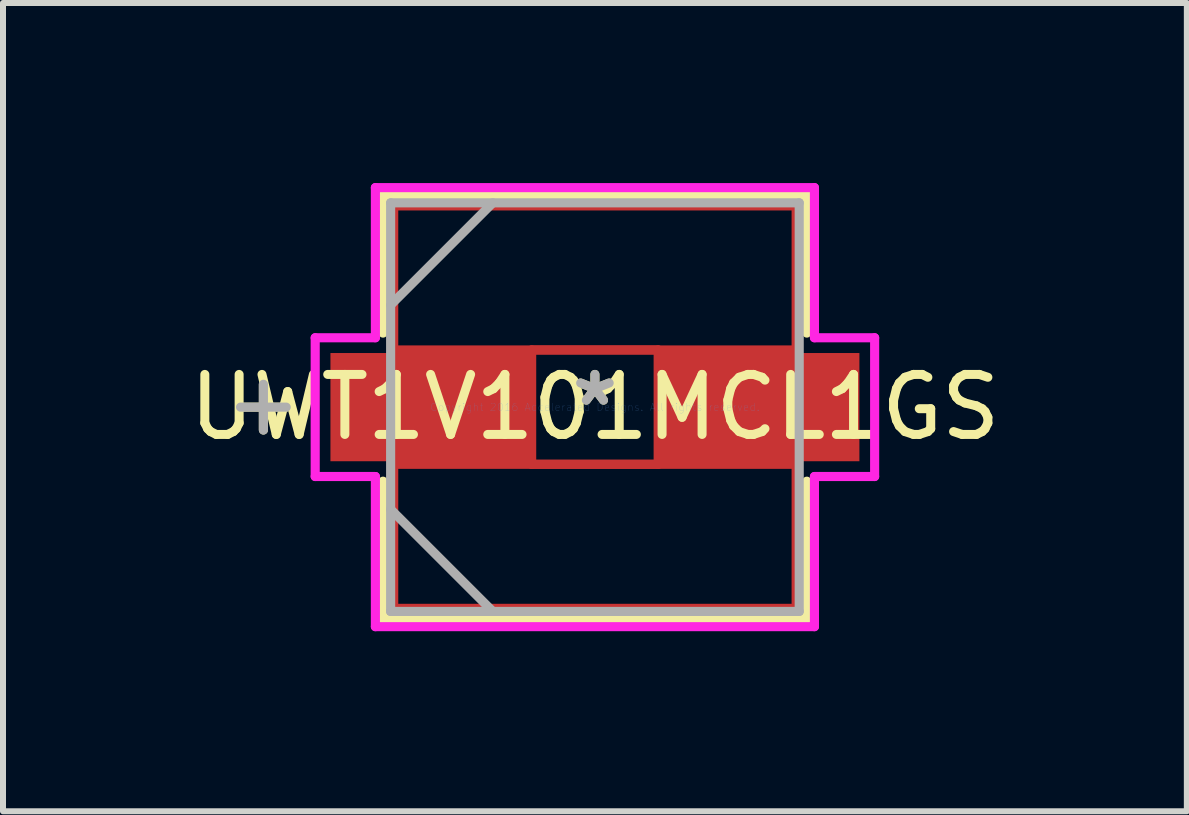
<source format=kicad_pcb>
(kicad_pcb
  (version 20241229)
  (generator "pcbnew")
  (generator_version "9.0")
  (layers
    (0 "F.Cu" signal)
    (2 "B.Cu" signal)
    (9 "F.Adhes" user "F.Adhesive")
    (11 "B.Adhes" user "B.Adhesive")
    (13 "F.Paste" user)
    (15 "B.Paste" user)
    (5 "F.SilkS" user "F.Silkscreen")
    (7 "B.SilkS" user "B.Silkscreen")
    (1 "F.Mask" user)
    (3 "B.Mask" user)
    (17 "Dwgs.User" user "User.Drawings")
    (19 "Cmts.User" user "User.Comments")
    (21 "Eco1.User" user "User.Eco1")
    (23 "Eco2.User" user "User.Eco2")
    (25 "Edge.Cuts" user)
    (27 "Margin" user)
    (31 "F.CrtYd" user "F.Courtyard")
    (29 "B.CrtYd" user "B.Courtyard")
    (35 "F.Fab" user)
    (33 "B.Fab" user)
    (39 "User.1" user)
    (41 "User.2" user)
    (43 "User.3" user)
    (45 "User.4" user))
  (footprint "UWT1V101MCL1GS"
    (layer "F.Cu")
    (at 6.863 3.734)
    (property "Reference" "UWT1V101MCL1GS" (at 0 0 0) (layer "F.SilkS") (effects (font (size 1 1) (thickness 0.15))))
    (attr through_hole)
    (fp_line (start -3.353 -3.353) (end 3.353 -3.353) (stroke (width 0.152) (type solid)) (layer "F.Cu"))
    (fp_line (start -3.353 -0.953) (end -3.353 -3.353) (stroke (width 0.152) (type solid)) (layer "F.Cu"))
    (fp_line (start -3.353 0.953) (end 3.353 0.953) (stroke (width 0.152) (type solid)) (layer "F.Cu"))
    (fp_line (start -3.353 3.353) (end -3.353 0.953) (stroke (width 0.152) (type solid)) (layer "F.Cu"))
    (fp_line (start -1.054 -0.953) (end 1.054 -0.953) (stroke (width 0.152) (type solid)) (layer "F.Cu"))
    (fp_line (start -1.054 0.953) (end -1.054 -0.953) (stroke (width 0.152) (type solid)) (layer "F.Cu"))
    (fp_line (start 1.054 -0.953) (end 1.054 0.953) (stroke (width 0.152) (type solid)) (layer "F.Cu"))
    (fp_line (start 1.054 0.953) (end -1.054 0.953) (stroke (width 0.152) (type solid)) (layer "F.Cu"))
    (fp_line (start 3.353 -3.353) (end 3.353 -0.953) (stroke (width 0.152) (type solid)) (layer "F.Cu"))
    (fp_line (start 3.353 -0.953) (end -3.353 -0.953) (stroke (width 0.152) (type solid)) (layer "F.Cu"))
    (fp_line (start 3.353 0.953) (end 3.353 3.353) (stroke (width 0.152) (type solid)) (layer "F.Cu"))
    (fp_line (start 3.353 3.353) (end -3.353 3.353) (stroke (width 0.152) (type solid)) (layer "F.Cu"))
    (fp_line (start -5.524 -0.381) (end -5.524 0.381) (stroke (width 0.152) (type solid)) (layer "F.SilkS"))
    (fp_line (start -5.144 0) (end -5.905 0) (stroke (width 0.152) (type solid)) (layer "F.SilkS"))
    (fp_line (start -3.531 -3.531) (end -3.531 -1.234) (stroke (width 0.152) (type solid)) (layer "F.SilkS"))
    (fp_line (start -3.531 1.234) (end -3.531 3.531) (stroke (width 0.152) (type solid)) (layer "F.SilkS"))
    (fp_line (start -3.531 3.531) (end 3.531 3.531) (stroke (width 0.152) (type solid)) (layer "F.SilkS"))
    (fp_line (start 3.531 -3.531) (end -3.531 -3.531) (stroke (width 0.152) (type solid)) (layer "F.SilkS"))
    (fp_line (start 3.531 -1.234) (end 3.531 -3.531) (stroke (width 0.152) (type solid)) (layer "F.SilkS"))
    (fp_line (start 3.531 3.531) (end 3.531 1.234) (stroke (width 0.152) (type solid)) (layer "F.SilkS"))
    (fp_line (start -4.661 -1.156) (end -3.658 -1.156) (stroke (width 0.152) (type solid)) (layer "F.CrtYd"))
    (fp_line (start -4.661 1.156) (end -4.661 -1.156) (stroke (width 0.152) (type solid)) (layer "F.CrtYd"))
    (fp_line (start -3.658 -3.658) (end 3.658 -3.658) (stroke (width 0.152) (type solid)) (layer "F.CrtYd"))
    (fp_line (start -3.658 -1.156) (end -3.658 -3.658) (stroke (width 0.152) (type solid)) (layer "F.CrtYd"))
    (fp_line (start -3.658 1.156) (end -4.661 1.156) (stroke (width 0.152) (type solid)) (layer "F.CrtYd"))
    (fp_line (start -3.658 3.658) (end -3.658 1.156) (stroke (width 0.152) (type solid)) (layer "F.CrtYd"))
    (fp_line (start 3.658 -3.658) (end 3.658 -1.156) (stroke (width 0.152) (type solid)) (layer "F.CrtYd"))
    (fp_line (start 3.658 -1.156) (end 4.661 -1.156) (stroke (width 0.152) (type solid)) (layer "F.CrtYd"))
    (fp_line (start 3.658 1.156) (end 3.658 3.658) (stroke (width 0.152) (type solid)) (layer "F.CrtYd"))
    (fp_line (start 3.658 3.658) (end -3.658 3.658) (stroke (width 0.152) (type solid)) (layer "F.CrtYd"))
    (fp_line (start 4.661 -1.156) (end 4.661 1.156) (stroke (width 0.152) (type solid)) (layer "F.CrtYd"))
    (fp_line (start 4.661 1.156) (end 3.658 1.156) (stroke (width 0.152) (type solid)) (layer "F.CrtYd"))
    (fp_line (start -5.524 -0.381) (end -5.524 0.381) (stroke (width 0.152) (type solid)) (layer "F.Fab"))
    (fp_line (start -5.144 0) (end -5.905 0) (stroke (width 0.152) (type solid)) (layer "F.Fab"))
    (fp_line (start -3.404 -3.404) (end -3.404 3.404) (stroke (width 0.152) (type solid)) (layer "F.Fab"))
    (fp_line (start -3.404 -1.702) (end -1.702 -3.404) (stroke (width 0.152) (type solid)) (layer "F.Fab"))
    (fp_line (start -3.404 1.702) (end -1.702 3.404) (stroke (width 0.152) (type solid)) (layer "F.Fab"))
    (fp_line (start -3.404 3.404) (end 3.404 3.404) (stroke (width 0.152) (type solid)) (layer "F.Fab"))
    (fp_line (start 3.404 -3.404) (end -3.404 -3.404) (stroke (width 0.152) (type solid)) (layer "F.Fab"))
    (fp_line (start 3.404 3.404) (end 3.404 -3.404) (stroke (width 0.152) (type solid)) (layer "F.Fab"))
    (fp_text user "*" (at 0 0 0) (layer "F.SilkS") (effects (font (size 1 1) (thickness 0.15))))
    (fp_text user "Copyright 2016 Accelerated Designs. All rights reserved." (at 0 0 0) (layer "Cmts.User") (effects (font (size 0.127 0.127) (thickness 0.002))))
    (fp_text user "*" (at 0 0 0) (layer "F.Fab") (effects (font (size 1 1) (thickness 0.15))))
    (pad "1" smd rect (at -2.756 0) (size 3.302 1.803) (layers "F.Cu" "F.Mask" "F.Paste"))
    (pad "2" smd rect (at 2.756 0) (size 3.302 1.803) (layers "F.Cu" "F.Mask" "F.Paste")))
  (gr_rect
    (start -3 -3)
    (end 16.726 10.468)
    (stroke (width 0.1) (type default))
    (fill no)
    (layer "Edge.Cuts")))
</source>
